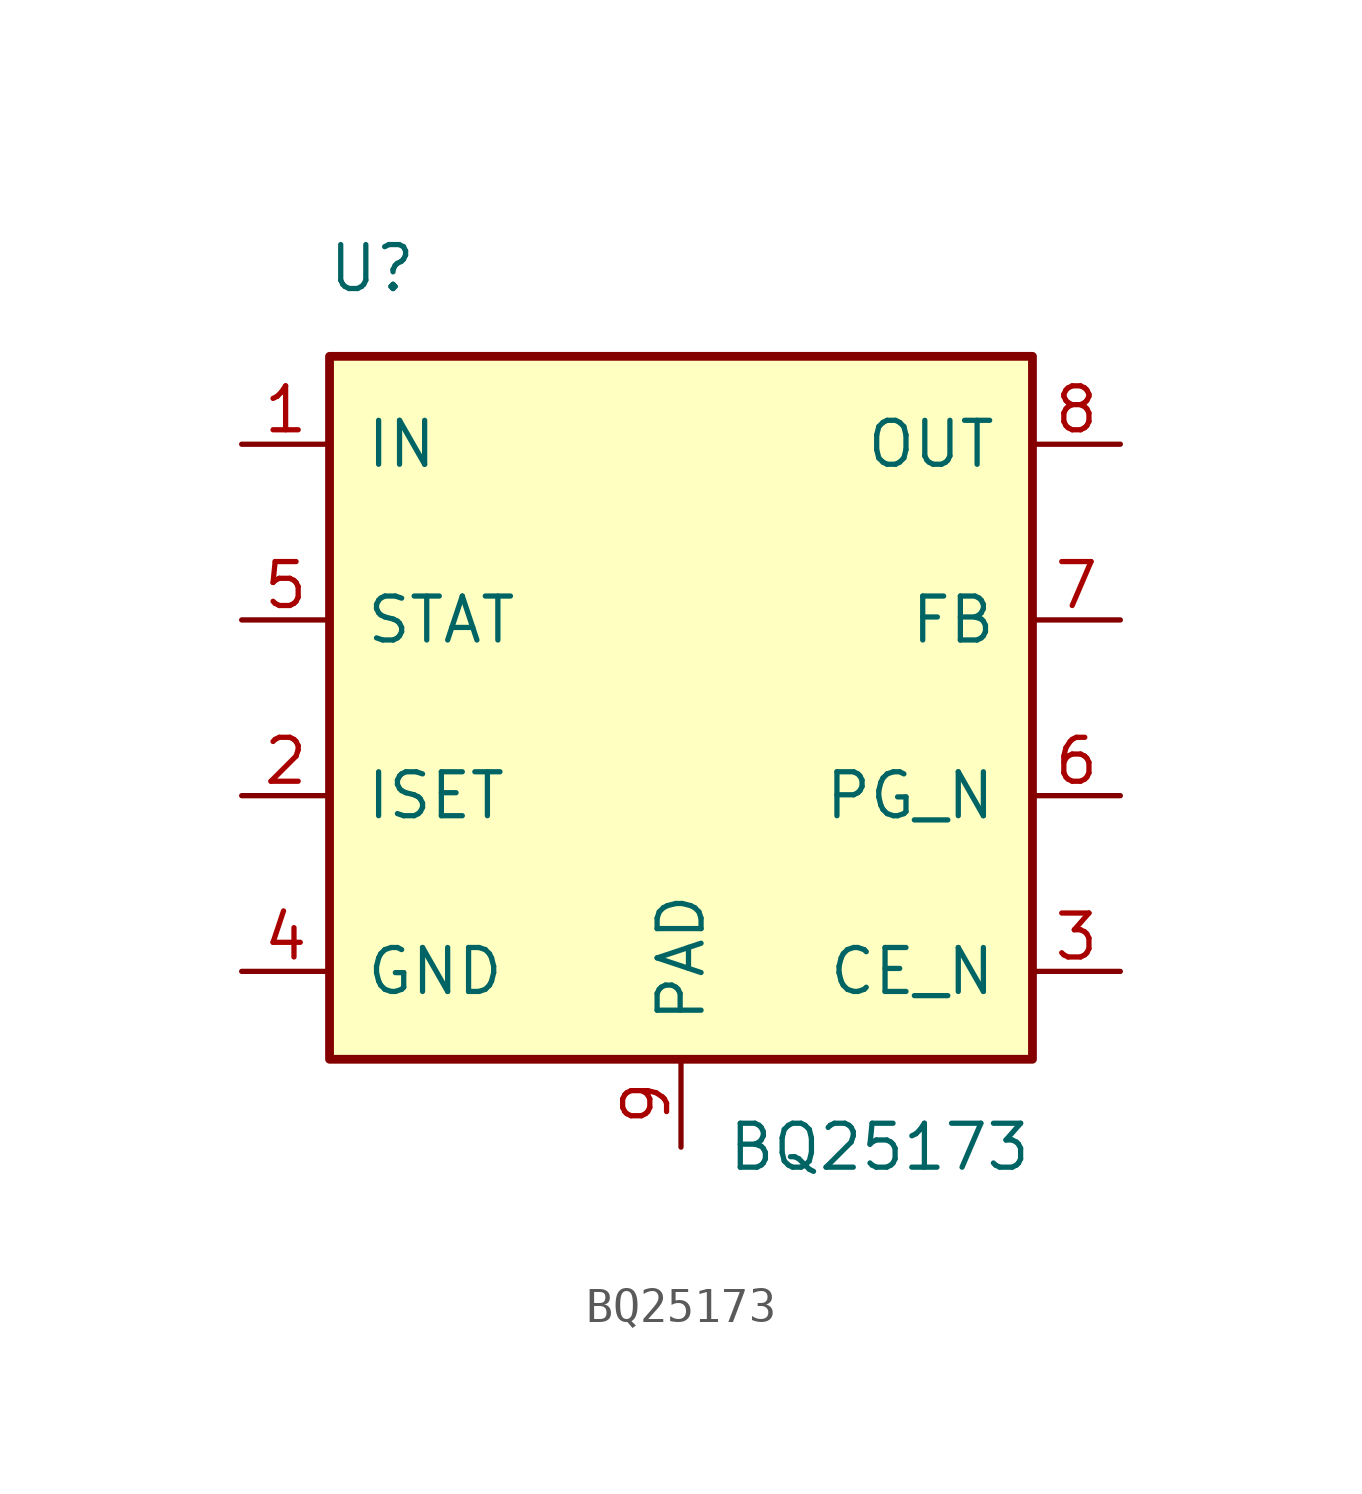
<source format=kicad_sym>
(kicad_symbol_lib
  (version 20211014)
  (generator kicad_symbol_editor)
  (symbol "BQ25173"
    (pin_names
      (offset 1.016))
    (property "Reference" "U"
      (at -7.62 12.7 0)
      (effects (font (size 1.27 1.27)) (justify right)))
    (property "Value" "BQ25173"
      (at 10.16 -12.7 0)
      (effects (font (size 1.27 1.27)) (justify right)))
    (symbol "BQ25173_0_1"
      (rectangle (start -10.16 10.16) (end 10.16 -10.16) (stroke (width 0.254) (type default) (color 0 0 0 0)) (fill (type background))))
    (symbol "BQ25173_1_1"
      (pin power_in line (at -12.7 7.62 0) (length 2.54) (name "IN" (effects (font (size 1.27 1.27)))) (number "1" (effects (font (size 1.27 1.27)))))
      (pin input line (at -12.7 -2.54 0) (length 2.54) (name "ISET" (effects (font (size 1.27 1.27)))) (number "2" (effects (font (size 1.27 1.27)))))
      (pin input line (at 12.7 -7.62 180) (length 2.54) (name "CE_N" (effects (font (size 1.27 1.27)))) (number "3" (effects (font (size 1.27 1.27)))))
      (pin power_in line (at -12.7 -7.62 0) (length 2.54) (name "GND" (effects (font (size 1.27 1.27)))) (number "4" (effects (font (size 1.27 1.27)))))
      (pin open_collector line (at -12.7 2.54 0) (length 2.54) (name "STAT" (effects (font (size 1.27 1.27)))) (number "5" (effects (font (size 1.27 1.27)))))
      (pin open_collector line (at 12.7 -2.54 180) (length 2.54) (name "PG_N" (effects (font (size 1.27 1.27)))) (number "6" (effects (font (size 1.27 1.27)))))
      (pin input line (at 12.7 2.54 180) (length 2.54) (name "FB" (effects (font (size 1.27 1.27)))) (number "7" (effects (font (size 1.27 1.27)))))
      (pin power_out line (at 12.7 7.62 180) (length 2.54) (name "OUT" (effects (font (size 1.27 1.27)))) (number "8" (effects (font (size 1.27 1.27)))))
      (pin power_in line (at 0 -12.7 90) (length 2.54) (name "PAD" (effects (font (size 1.27 1.27)))) (number "9" (effects (font (size 1.27 1.27))))))))
</source>
